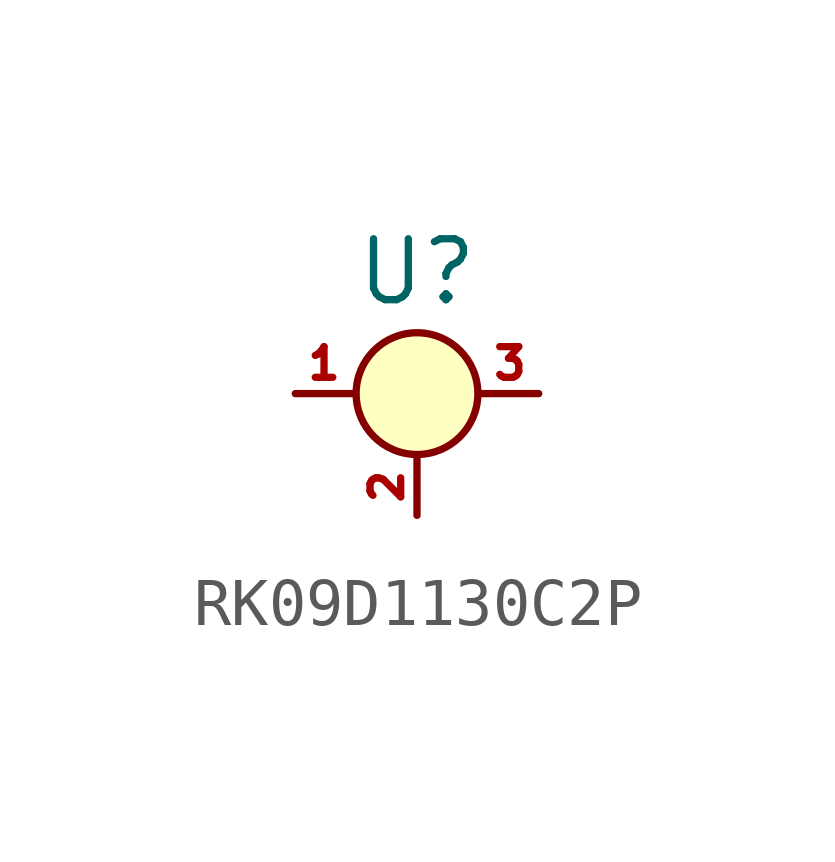
<source format=kicad_sym>
(kicad_symbol_lib
  (version 20211014)
  (generator kicad_symbol_editor)
  (symbol "RK09D1130C2P"
    (property "Reference" "U"
      (at 0 2.54 0)
      (effects (font (size 1.27 1.27))))
    (symbol "RK09D1130C2P_0_1"
      (circle (center 0 0) (radius 1.27) (stroke (width 0) (type default) (color 0 0 0 0)) (fill (type background))))
    (symbol "RK09D1130C2P_1_1"
      (pin passive line (at -2.54 0 0) (length 1.2) (name "" (effects (font (size 0.64 0.64)))) (number "1" (effects (font (size 0.64 0.64)))))
      (pin passive line (at 0 -2.54 90) (length 1.2) (name "" (effects (font (size 0.64 0.64)))) (number "2" (effects (font (size 0.64 0.64)))))
      (pin passive line (at 2.54 0 180) (length 1.2) (name "" (effects (font (size 0.64 0.64)))) (number "3" (effects (font (size 0.64 0.64))))))))
</source>
